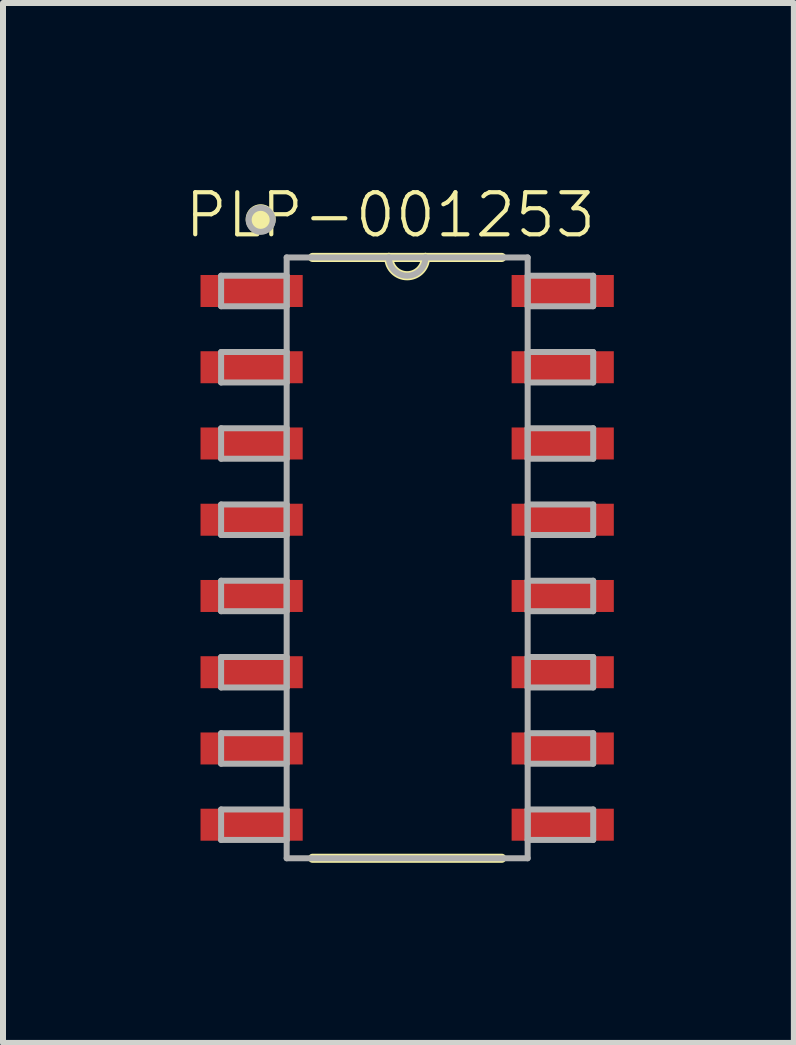
<source format=kicad_pcb>
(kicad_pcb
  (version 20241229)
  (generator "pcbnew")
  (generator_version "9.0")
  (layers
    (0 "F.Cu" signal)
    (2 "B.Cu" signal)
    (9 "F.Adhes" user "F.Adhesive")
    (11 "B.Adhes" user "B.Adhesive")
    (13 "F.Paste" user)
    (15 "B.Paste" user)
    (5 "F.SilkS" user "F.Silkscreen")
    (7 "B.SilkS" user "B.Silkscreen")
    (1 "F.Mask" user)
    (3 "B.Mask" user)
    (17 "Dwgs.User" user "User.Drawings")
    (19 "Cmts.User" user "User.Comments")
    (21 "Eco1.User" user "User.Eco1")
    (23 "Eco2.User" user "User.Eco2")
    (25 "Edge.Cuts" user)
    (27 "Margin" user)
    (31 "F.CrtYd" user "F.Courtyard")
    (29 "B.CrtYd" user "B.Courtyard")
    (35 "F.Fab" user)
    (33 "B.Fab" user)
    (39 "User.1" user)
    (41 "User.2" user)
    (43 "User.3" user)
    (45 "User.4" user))
  (footprint "PLP-001253"
    (layer "F.Cu")
    (at 3.732 6.242)
    (property "Reference" "PLP-001253" (at -0.28 -5.71 0) (layer "F.SilkS") (effects (font (size 0.7 0.7) (thickness 0.07))))
    (attr smd)
    (fp_line (start -1.575 5.004) (end 1.575 5.004) (stroke (width 0.152) (type solid)) (layer "F.SilkS"))
    (fp_line (start -0.305 -5.004) (end -1.575 -5.004) (stroke (width 0.152) (type solid)) (layer "F.SilkS"))
    (fp_line (start 0.305 -5.004) (end -0.305 -5.004) (stroke (width 0.152) (type solid)) (layer "F.SilkS"))
    (fp_line (start 1.575 -5.004) (end 0.305 -5.004) (stroke (width 0.152) (type solid)) (layer "F.SilkS"))
    (fp_arc (start 0.3048 -5.0038) (mid 0 -4.699) (end -0.3048 -5.0038) (stroke (width 0.1524) (type solid)) (layer "F.SilkS"))
    (fp_circle (center -2.44 -5.64) (end -2.24 -5.64) (stroke (width 0.1) (type solid)) (fill yes) (layer "F.SilkS"))
    (fp_line (start -3.099 -4.699) (end -3.099 -4.191) (stroke (width 0.1) (type solid)) (layer "F.Fab"))
    (fp_line (start -3.099 -4.191) (end -2.007 -4.191) (stroke (width 0.1) (type solid)) (layer "F.Fab"))
    (fp_line (start -3.099 -3.429) (end -3.099 -2.921) (stroke (width 0.1) (type solid)) (layer "F.Fab"))
    (fp_line (start -3.099 -2.921) (end -2.007 -2.921) (stroke (width 0.1) (type solid)) (layer "F.Fab"))
    (fp_line (start -3.099 -2.159) (end -3.099 -1.651) (stroke (width 0.1) (type solid)) (layer "F.Fab"))
    (fp_line (start -3.099 -1.651) (end -2.007 -1.651) (stroke (width 0.1) (type solid)) (layer "F.Fab"))
    (fp_line (start -3.099 -0.889) (end -3.099 -0.381) (stroke (width 0.1) (type solid)) (layer "F.Fab"))
    (fp_line (start -3.099 -0.381) (end -2.007 -0.381) (stroke (width 0.1) (type solid)) (layer "F.Fab"))
    (fp_line (start -3.099 0.381) (end -3.099 0.889) (stroke (width 0.1) (type solid)) (layer "F.Fab"))
    (fp_line (start -3.099 0.889) (end -2.007 0.889) (stroke (width 0.1) (type solid)) (layer "F.Fab"))
    (fp_line (start -3.099 1.651) (end -3.099 2.159) (stroke (width 0.1) (type solid)) (layer "F.Fab"))
    (fp_line (start -3.099 2.159) (end -2.007 2.159) (stroke (width 0.1) (type solid)) (layer "F.Fab"))
    (fp_line (start -3.099 2.921) (end -3.099 3.429) (stroke (width 0.1) (type solid)) (layer "F.Fab"))
    (fp_line (start -3.099 3.429) (end -2.007 3.429) (stroke (width 0.1) (type solid)) (layer "F.Fab"))
    (fp_line (start -3.099 4.191) (end -3.099 4.699) (stroke (width 0.1) (type solid)) (layer "F.Fab"))
    (fp_line (start -3.099 4.699) (end -2.007 4.699) (stroke (width 0.1) (type solid)) (layer "F.Fab"))
    (fp_line (start -2.007 -5.004) (end -2.007 5.004) (stroke (width 0.1) (type solid)) (layer "F.Fab"))
    (fp_line (start -2.007 -4.699) (end -3.099 -4.699) (stroke (width 0.1) (type solid)) (layer "F.Fab"))
    (fp_line (start -2.007 -4.191) (end -2.007 -4.699) (stroke (width 0.1) (type solid)) (layer "F.Fab"))
    (fp_line (start -2.007 -3.429) (end -3.099 -3.429) (stroke (width 0.1) (type solid)) (layer "F.Fab"))
    (fp_line (start -2.007 -2.921) (end -2.007 -3.429) (stroke (width 0.1) (type solid)) (layer "F.Fab"))
    (fp_line (start -2.007 -2.159) (end -3.099 -2.159) (stroke (width 0.1) (type solid)) (layer "F.Fab"))
    (fp_line (start -2.007 -1.651) (end -2.007 -2.159) (stroke (width 0.1) (type solid)) (layer "F.Fab"))
    (fp_line (start -2.007 -0.889) (end -3.099 -0.889) (stroke (width 0.1) (type solid)) (layer "F.Fab"))
    (fp_line (start -2.007 -0.381) (end -2.007 -0.889) (stroke (width 0.1) (type solid)) (layer "F.Fab"))
    (fp_line (start -2.007 0.381) (end -3.099 0.381) (stroke (width 0.1) (type solid)) (layer "F.Fab"))
    (fp_line (start -2.007 0.889) (end -2.007 0.381) (stroke (width 0.1) (type solid)) (layer "F.Fab"))
    (fp_line (start -2.007 1.651) (end -3.099 1.651) (stroke (width 0.1) (type solid)) (layer "F.Fab"))
    (fp_line (start -2.007 2.159) (end -2.007 1.651) (stroke (width 0.1) (type solid)) (layer "F.Fab"))
    (fp_line (start -2.007 2.921) (end -3.099 2.921) (stroke (width 0.1) (type solid)) (layer "F.Fab"))
    (fp_line (start -2.007 3.429) (end -2.007 2.921) (stroke (width 0.1) (type solid)) (layer "F.Fab"))
    (fp_line (start -2.007 4.191) (end -3.099 4.191) (stroke (width 0.1) (type solid)) (layer "F.Fab"))
    (fp_line (start -2.007 4.699) (end -2.007 4.191) (stroke (width 0.1) (type solid)) (layer "F.Fab"))
    (fp_line (start -2.007 5.004) (end 2.007 5.004) (stroke (width 0.1) (type solid)) (layer "F.Fab"))
    (fp_line (start -0.305 -5.004) (end -2.007 -5.004) (stroke (width 0.1) (type solid)) (layer "F.Fab"))
    (fp_line (start 0.305 -5.004) (end -0.305 -5.004) (stroke (width 0.1) (type solid)) (layer "F.Fab"))
    (fp_line (start 2.007 -5.004) (end 0.305 -5.004) (stroke (width 0.1) (type solid)) (layer "F.Fab"))
    (fp_line (start 2.007 -4.699) (end 2.007 -4.191) (stroke (width 0.1) (type solid)) (layer "F.Fab"))
    (fp_line (start 2.007 -4.191) (end 3.099 -4.191) (stroke (width 0.1) (type solid)) (layer "F.Fab"))
    (fp_line (start 2.007 -3.429) (end 2.007 -2.921) (stroke (width 0.1) (type solid)) (layer "F.Fab"))
    (fp_line (start 2.007 -2.921) (end 3.099 -2.921) (stroke (width 0.1) (type solid)) (layer "F.Fab"))
    (fp_line (start 2.007 -2.159) (end 2.007 -1.651) (stroke (width 0.1) (type solid)) (layer "F.Fab"))
    (fp_line (start 2.007 -1.651) (end 3.099 -1.651) (stroke (width 0.1) (type solid)) (layer "F.Fab"))
    (fp_line (start 2.007 -0.889) (end 2.007 -0.381) (stroke (width 0.1) (type solid)) (layer "F.Fab"))
    (fp_line (start 2.007 -0.381) (end 3.099 -0.381) (stroke (width 0.1) (type solid)) (layer "F.Fab"))
    (fp_line (start 2.007 0.381) (end 2.007 0.889) (stroke (width 0.1) (type solid)) (layer "F.Fab"))
    (fp_line (start 2.007 0.889) (end 3.099 0.889) (stroke (width 0.1) (type solid)) (layer "F.Fab"))
    (fp_line (start 2.007 1.651) (end 2.007 2.159) (stroke (width 0.1) (type solid)) (layer "F.Fab"))
    (fp_line (start 2.007 2.159) (end 3.099 2.159) (stroke (width 0.1) (type solid)) (layer "F.Fab"))
    (fp_line (start 2.007 2.921) (end 2.007 3.429) (stroke (width 0.1) (type solid)) (layer "F.Fab"))
    (fp_line (start 2.007 3.429) (end 3.099 3.429) (stroke (width 0.1) (type solid)) (layer "F.Fab"))
    (fp_line (start 2.007 4.191) (end 2.007 4.699) (stroke (width 0.1) (type solid)) (layer "F.Fab"))
    (fp_line (start 2.007 4.699) (end 3.099 4.699) (stroke (width 0.1) (type solid)) (layer "F.Fab"))
    (fp_line (start 2.007 5.004) (end 2.007 -5.004) (stroke (width 0.1) (type solid)) (layer "F.Fab"))
    (fp_line (start 3.099 -4.699) (end 2.007 -4.699) (stroke (width 0.1) (type solid)) (layer "F.Fab"))
    (fp_line (start 3.099 -4.191) (end 3.099 -4.699) (stroke (width 0.1) (type solid)) (layer "F.Fab"))
    (fp_line (start 3.099 -3.429) (end 2.007 -3.429) (stroke (width 0.1) (type solid)) (layer "F.Fab"))
    (fp_line (start 3.099 -2.921) (end 3.099 -3.429) (stroke (width 0.1) (type solid)) (layer "F.Fab"))
    (fp_line (start 3.099 -2.159) (end 2.007 -2.159) (stroke (width 0.1) (type solid)) (layer "F.Fab"))
    (fp_line (start 3.099 -1.651) (end 3.099 -2.159) (stroke (width 0.1) (type solid)) (layer "F.Fab"))
    (fp_line (start 3.099 -0.889) (end 2.007 -0.889) (stroke (width 0.1) (type solid)) (layer "F.Fab"))
    (fp_line (start 3.099 -0.381) (end 3.099 -0.889) (stroke (width 0.1) (type solid)) (layer "F.Fab"))
    (fp_line (start 3.099 0.381) (end 2.007 0.381) (stroke (width 0.1) (type solid)) (layer "F.Fab"))
    (fp_line (start 3.099 0.889) (end 3.099 0.381) (stroke (width 0.1) (type solid)) (layer "F.Fab"))
    (fp_line (start 3.099 1.651) (end 2.007 1.651) (stroke (width 0.1) (type solid)) (layer "F.Fab"))
    (fp_line (start 3.099 2.159) (end 3.099 1.651) (stroke (width 0.1) (type solid)) (layer "F.Fab"))
    (fp_line (start 3.099 2.921) (end 2.007 2.921) (stroke (width 0.1) (type solid)) (layer "F.Fab"))
    (fp_line (start 3.099 3.429) (end 3.099 2.921) (stroke (width 0.1) (type solid)) (layer "F.Fab"))
    (fp_line (start 3.099 4.191) (end 2.007 4.191) (stroke (width 0.1) (type solid)) (layer "F.Fab"))
    (fp_line (start 3.099 4.699) (end 3.099 4.191) (stroke (width 0.1) (type solid)) (layer "F.Fab"))
    (fp_arc (start 0.3048 -5.0038) (mid 0 -4.699) (end -0.3048 -5.0038) (stroke (width 0.1) (type solid)) (layer "F.Fab"))
    (fp_circle (center -2.44 -5.63) (end -2.24 -5.63) (stroke (width 0.1) (type solid)) (fill no) (layer "F.Fab"))
    (pad "1" smd rect (at -2.591 -4.445) (size 1.702 0.533) (layers "F.Cu" "F.Mask" "F.Paste"))
    (pad "2" smd rect (at -2.591 -3.175) (size 1.702 0.533) (layers "F.Cu" "F.Mask" "F.Paste"))
    (pad "3" smd rect (at -2.591 -1.905) (size 1.702 0.533) (layers "F.Cu" "F.Mask" "F.Paste"))
    (pad "4" smd rect (at -2.591 -0.635) (size 1.702 0.533) (layers "F.Cu" "F.Mask" "F.Paste"))
    (pad "5" smd rect (at -2.591 0.635) (size 1.702 0.533) (layers "F.Cu" "F.Mask" "F.Paste"))
    (pad "6" smd rect (at -2.591 1.905) (size 1.702 0.533) (layers "F.Cu" "F.Mask" "F.Paste"))
    (pad "7" smd rect (at -2.591 3.175) (size 1.702 0.533) (layers "F.Cu" "F.Mask" "F.Paste"))
    (pad "8" smd rect (at -2.591 4.445) (size 1.702 0.533) (layers "F.Cu" "F.Mask" "F.Paste"))
    (pad "9" smd rect (at 2.591 4.445) (size 1.702 0.533) (layers "F.Cu" "F.Mask" "F.Paste"))
    (pad "10" smd rect (at 2.591 3.175) (size 1.702 0.533) (layers "F.Cu" "F.Mask" "F.Paste"))
    (pad "11" smd rect (at 2.591 1.905) (size 1.702 0.533) (layers "F.Cu" "F.Mask" "F.Paste"))
    (pad "12" smd rect (at 2.591 0.635) (size 1.702 0.533) (layers "F.Cu" "F.Mask" "F.Paste"))
    (pad "13" smd rect (at 2.591 -0.635) (size 1.702 0.533) (layers "F.Cu" "F.Mask" "F.Paste"))
    (pad "14" smd rect (at 2.591 -1.905) (size 1.702 0.533) (layers "F.Cu" "F.Mask" "F.Paste"))
    (pad "15" smd rect (at 2.591 -3.175) (size 1.702 0.533) (layers "F.Cu" "F.Mask" "F.Paste"))
    (pad "16" smd rect (at 2.591 -4.445) (size 1.702 0.533) (layers "F.Cu" "F.Mask" "F.Paste")))
  (gr_rect
    (start -3 -3)
    (end 10.173 14.322)
    (stroke (width 0.1) (type default))
    (fill no)
    (layer "Edge.Cuts")))
</source>
